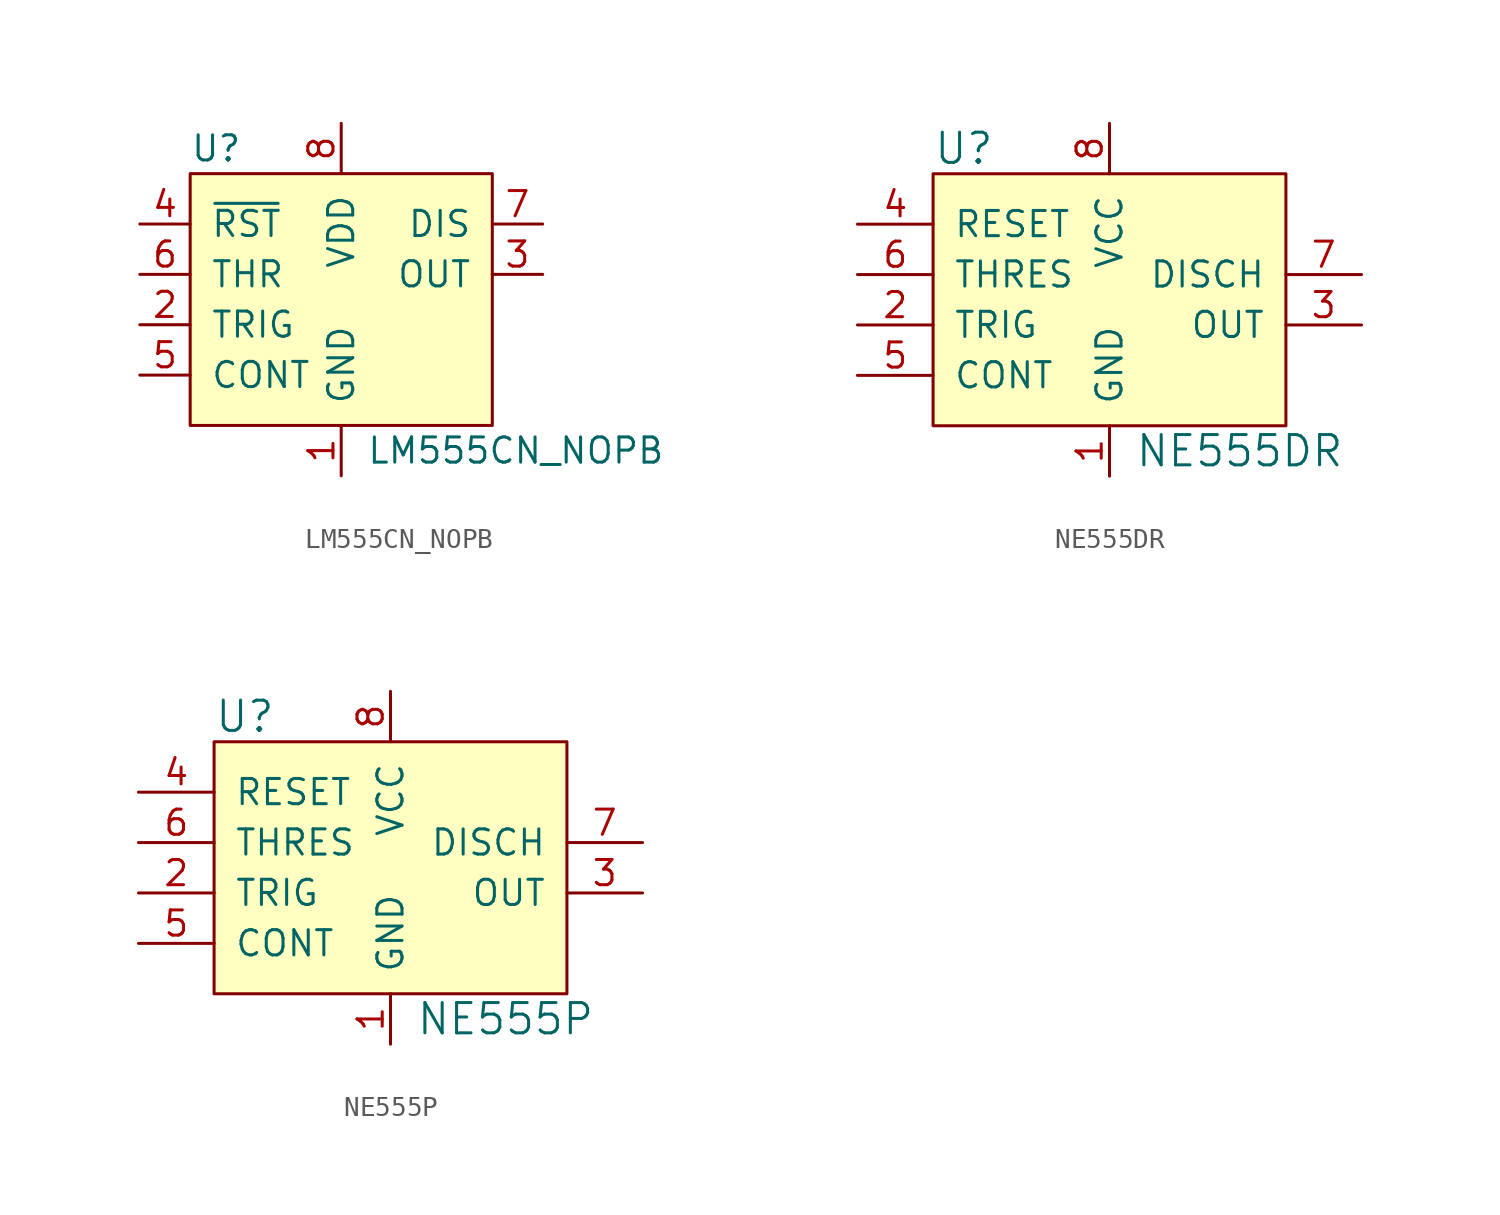
<source format=kicad_sym>
(kicad_symbol_lib
  (version 20211014)
  (generator kicad_symbol_editor)
  (symbol "LM555CN_NOPB"
    (pin_names
      (offset 1.016))
    (property "Reference" "U"
      (at -7.62 6.35 0)
      (effects (font (size 1.27 1.27)) (justify left)))
    (property "Value" "LM555CN_NOPB"
      (at 1.27 -8.89 0)
      (effects (font (size 1.27 1.27)) (justify left)))
    (symbol "LM555CN_NOPB_0_1"
      (rectangle (start -7.62 5.08) (end 7.62 -7.62) (stroke (width 0) (type default) (color 0 0 0 0)) (fill (type background))))
    (symbol "LM555CN_NOPB_1_1"
      (pin power_in line (at 0 -10.16 90) (length 2.54) (name "GND" (effects (font (size 1.27 1.27)))) (number "1" (effects (font (size 1.27 1.27)))))
      (pin input line (at -10.16 -2.54 0) (length 2.54) (name "TRIG" (effects (font (size 1.27 1.27)))) (number "2" (effects (font (size 1.27 1.27)))))
      (pin output line (at 10.16 0 180) (length 2.54) (name "OUT" (effects (font (size 1.27 1.27)))) (number "3" (effects (font (size 1.27 1.27)))))
      (pin input line (at -10.16 2.54 0) (length 2.54) (name "~{RST}" (effects (font (size 1.27 1.27)))) (number "4" (effects (font (size 1.27 1.27)))))
      (pin input line (at -10.16 -5.08 0) (length 2.54) (name "CONT" (effects (font (size 1.27 1.27)))) (number "5" (effects (font (size 1.27 1.27)))))
      (pin input line (at -10.16 0 0) (length 2.54) (name "THR" (effects (font (size 1.27 1.27)))) (number "6" (effects (font (size 1.27 1.27)))))
      (pin output line (at 10.16 2.54 180) (length 2.54) (name "DIS" (effects (font (size 1.27 1.27)))) (number "7" (effects (font (size 1.27 1.27)))))
      (pin power_in line (at 0 7.62 270) (length 2.54) (name "VDD" (effects (font (size 1.27 1.27)))) (number "8" (effects (font (size 1.27 1.27)))))))
  (symbol "NE555DR"
    (pin_names
      (offset 1.016))
    (property "Reference" "U"
      (at -8.89 1.27 0)
      (effects (font (size 1.524 1.524)) (justify left)))
    (property "Value" "NE555DR"
      (at 1.27 -13.97 0)
      (effects (font (size 1.524 1.524)) (justify left)))
    (symbol "NE555DR_0_1"
      (rectangle (start -8.89 0) (end 8.89 -12.7) (stroke (width 0) (type default) (color 0 0 0 0)) (fill (type background))))
    (symbol "NE555DR_1_1"
      (pin power_in line (at 0 -15.24 90) (length 2.54) (name "GND" (effects (font (size 1.27 1.27)))) (number "1" (effects (font (size 1.27 1.27)))))
      (pin input line (at -12.7 -7.62 0) (length 3.81) (name "TRIG" (effects (font (size 1.27 1.27)))) (number "2" (effects (font (size 1.27 1.27)))))
      (pin output line (at 12.7 -7.62 180) (length 3.81) (name "OUT" (effects (font (size 1.27 1.27)))) (number "3" (effects (font (size 1.27 1.27)))))
      (pin input line (at -12.7 -2.54 0) (length 3.81) (name "RESET" (effects (font (size 1.27 1.27)))) (number "4" (effects (font (size 1.27 1.27)))))
      (pin bidirectional line (at -12.7 -10.16 0) (length 3.81) (name "CONT" (effects (font (size 1.27 1.27)))) (number "5" (effects (font (size 1.27 1.27)))))
      (pin input line (at -12.7 -5.08 0) (length 3.81) (name "THRES" (effects (font (size 1.27 1.27)))) (number "6" (effects (font (size 1.27 1.27)))))
      (pin output line (at 12.7 -5.08 180) (length 3.81) (name "DISCH" (effects (font (size 1.27 1.27)))) (number "7" (effects (font (size 1.27 1.27)))))
      (pin power_in line (at 0 2.54 270) (length 2.54) (name "VCC" (effects (font (size 1.27 1.27)))) (number "8" (effects (font (size 1.27 1.27)))))))
  (symbol "NE555P"
    (pin_names
      (offset 1.016))
    (property "Reference" "U"
      (at -8.89 6.35 0)
      (effects (font (size 1.524 1.524)) (justify left)))
    (property "Value" "NE555P"
      (at 1.27 -8.89 0)
      (effects (font (size 1.524 1.524)) (justify left)))
    (symbol "NE555P_0_1"
      (rectangle (start -8.89 5.08) (end 8.89 -7.62) (stroke (width 0) (type default) (color 0 0 0 0)) (fill (type background))))
    (symbol "NE555P_1_1"
      (pin power_in line (at 0 -10.16 90) (length 2.54) (name "GND" (effects (font (size 1.27 1.27)))) (number "1" (effects (font (size 1.27 1.27)))))
      (pin input line (at -12.7 -2.54 0) (length 3.81) (name "TRIG" (effects (font (size 1.27 1.27)))) (number "2" (effects (font (size 1.27 1.27)))))
      (pin output line (at 12.7 -2.54 180) (length 3.81) (name "OUT" (effects (font (size 1.27 1.27)))) (number "3" (effects (font (size 1.27 1.27)))))
      (pin input line (at -12.7 2.54 0) (length 3.81) (name "RESET" (effects (font (size 1.27 1.27)))) (number "4" (effects (font (size 1.27 1.27)))))
      (pin bidirectional line (at -12.7 -5.08 0) (length 3.81) (name "CONT" (effects (font (size 1.27 1.27)))) (number "5" (effects (font (size 1.27 1.27)))))
      (pin input line (at -12.7 0 0) (length 3.81) (name "THRES" (effects (font (size 1.27 1.27)))) (number "6" (effects (font (size 1.27 1.27)))))
      (pin output line (at 12.7 0 180) (length 3.81) (name "DISCH" (effects (font (size 1.27 1.27)))) (number "7" (effects (font (size 1.27 1.27)))))
      (pin power_in line (at 0 7.62 270) (length 2.54) (name "VCC" (effects (font (size 1.27 1.27)))) (number "8" (effects (font (size 1.27 1.27))))))))
</source>
